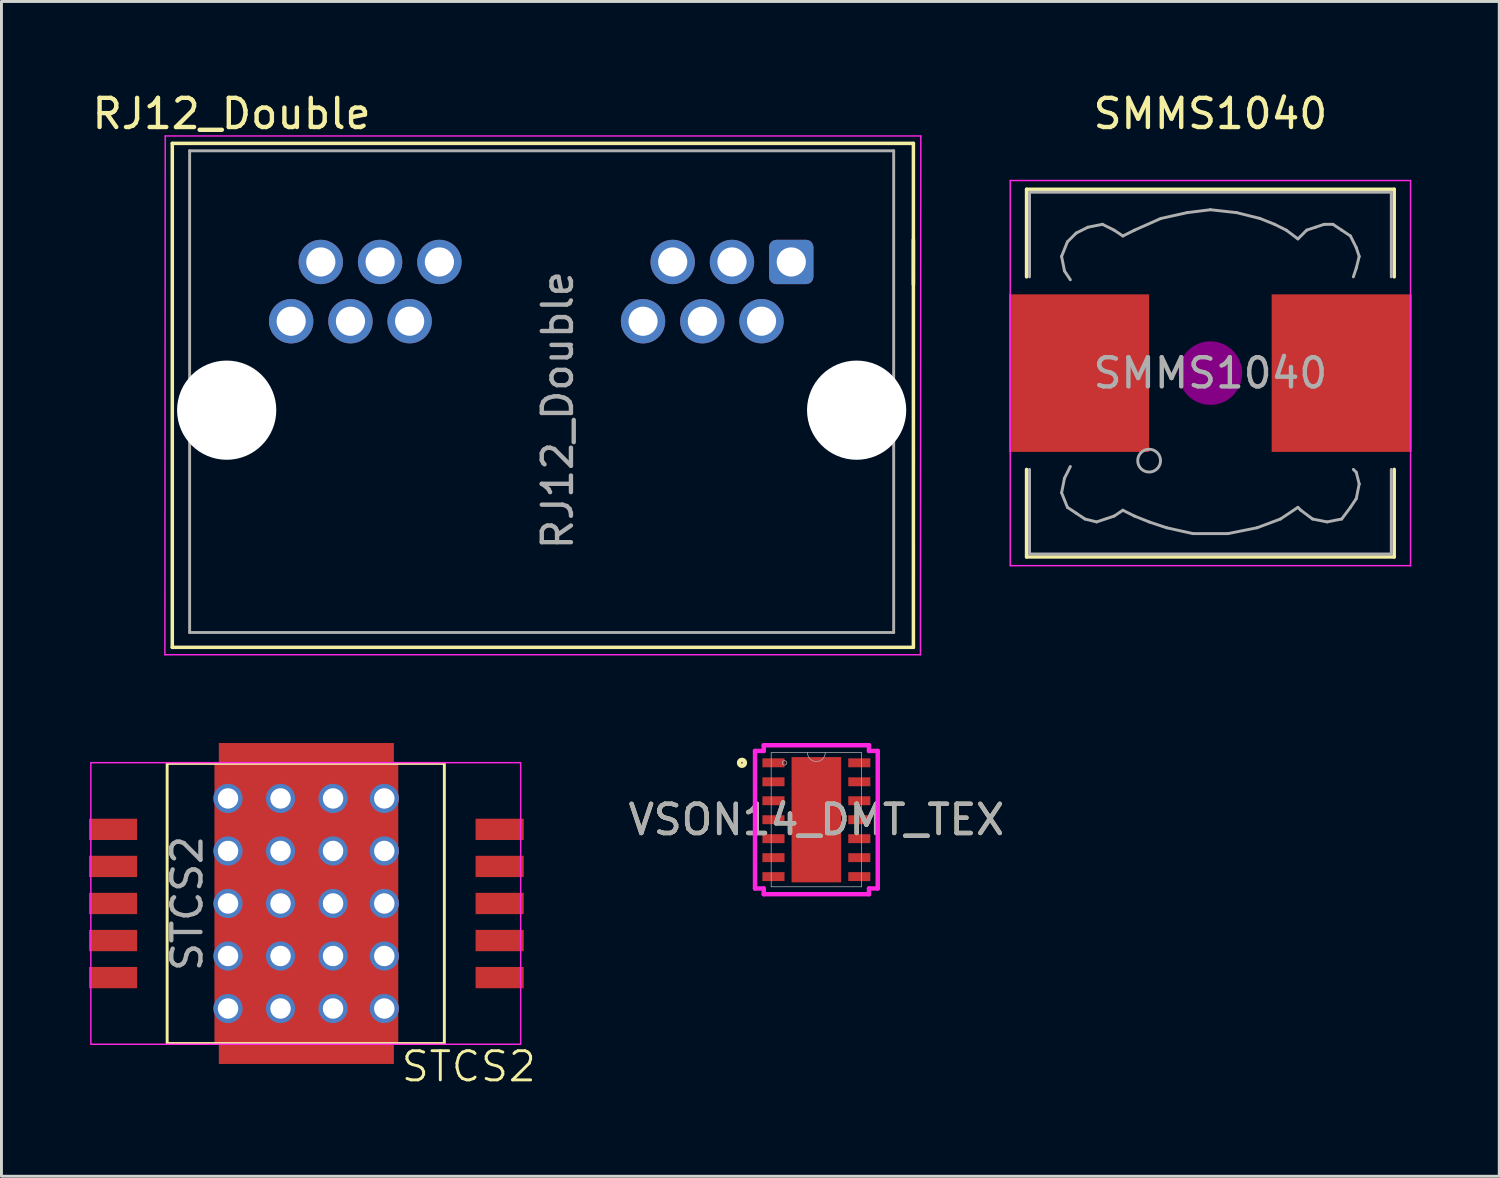
<source format=kicad_pcb>
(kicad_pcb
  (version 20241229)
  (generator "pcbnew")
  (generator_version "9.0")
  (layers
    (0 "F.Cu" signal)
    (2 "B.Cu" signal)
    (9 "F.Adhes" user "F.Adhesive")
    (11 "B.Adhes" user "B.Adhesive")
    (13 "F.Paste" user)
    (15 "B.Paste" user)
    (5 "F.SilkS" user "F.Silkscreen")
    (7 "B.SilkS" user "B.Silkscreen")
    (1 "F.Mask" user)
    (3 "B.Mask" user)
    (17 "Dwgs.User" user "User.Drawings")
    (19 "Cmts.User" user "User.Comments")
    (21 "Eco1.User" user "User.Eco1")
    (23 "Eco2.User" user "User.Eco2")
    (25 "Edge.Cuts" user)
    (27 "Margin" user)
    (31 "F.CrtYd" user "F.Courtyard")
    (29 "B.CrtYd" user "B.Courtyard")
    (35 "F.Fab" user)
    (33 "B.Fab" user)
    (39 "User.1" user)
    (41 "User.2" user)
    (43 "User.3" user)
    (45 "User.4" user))
  (footprint "SMMS1040"
    (layer "F.Cu")
    (at 38.434 9.738)
    (property "Reference" "SMMS1040" (at 0 -8.89 0) (layer "F.SilkS") (effects (font (size 1 1) (thickness 0.15))))
    (attr smd)
    (fp_line (start -6.3 -6.3) (end 6.3 -6.3) (stroke (width 0.12) (type solid)) (layer "F.SilkS"))
    (fp_line (start -6.3 -3.3) (end -6.3 -6.3) (stroke (width 0.12) (type solid)) (layer "F.SilkS"))
    (fp_line (start -6.3 6.3) (end -6.3 3.3) (stroke (width 0.12) (type solid)) (layer "F.SilkS"))
    (fp_line (start 6.3 -6.3) (end 6.3 -3.3) (stroke (width 0.12) (type solid)) (layer "F.SilkS"))
    (fp_line (start 6.3 3.3) (end 6.3 6.3) (stroke (width 0.12) (type solid)) (layer "F.SilkS"))
    (fp_line (start 6.3 6.3) (end -6.3 6.3) (stroke (width 0.12) (type solid)) (layer "F.SilkS"))
    (fp_circle (center 0 0) (end 0.15 0.15) (stroke (width 0.38) (type solid)) (fill no) (layer "F.Adhes"))
    (fp_circle (center 0 0) (end 0.55 0) (stroke (width 0.38) (type solid)) (fill no) (layer "F.Adhes"))
    (fp_circle (center 0 0) (end 0.9 0) (stroke (width 0.38) (type solid)) (fill no) (layer "F.Adhes"))
    (fp_line (start -6.86 -6.6) (end 6.86 -6.6) (stroke (width 0.05) (type solid)) (layer "F.CrtYd"))
    (fp_line (start -6.86 6.6) (end -6.86 -6.6) (stroke (width 0.05) (type solid)) (layer "F.CrtYd"))
    (fp_line (start 6.86 -6.6) (end 6.86 6.6) (stroke (width 0.05) (type solid)) (layer "F.CrtYd"))
    (fp_line (start 6.86 6.6) (end -6.86 6.6) (stroke (width 0.05) (type solid)) (layer "F.CrtYd"))
    (fp_line (start -6.2 -6.2) (end -6.2 -3.3) (stroke (width 0.1) (type solid)) (layer "F.Fab"))
    (fp_line (start -6.2 3.3) (end -6.2 6.2) (stroke (width 0.1) (type solid)) (layer "F.Fab"))
    (fp_line (start -6.2 6.2) (end 6.2 6.2) (stroke (width 0.1) (type solid)) (layer "F.Fab"))
    (fp_line (start -5.1 -4) (end -5 -3.5) (stroke (width 0.1) (type solid)) (layer "F.Fab"))
    (fp_line (start -5.1 4.1) (end -5 3.6) (stroke (width 0.1) (type solid)) (layer "F.Fab"))
    (fp_line (start -5 -3.5) (end -4.8 -3.2) (stroke (width 0.1) (type solid)) (layer "F.Fab"))
    (fp_line (start -5 3.6) (end -4.8 3.2) (stroke (width 0.1) (type solid)) (layer "F.Fab"))
    (fp_line (start -4.9 -4.5) (end -5.1 -4) (stroke (width 0.1) (type solid)) (layer "F.Fab"))
    (fp_line (start -4.9 4.6) (end -5.1 4.1) (stroke (width 0.1) (type solid)) (layer "F.Fab"))
    (fp_line (start -4.6 -4.8) (end -4.9 -4.5) (stroke (width 0.1) (type solid)) (layer "F.Fab"))
    (fp_line (start -4.6 4.8) (end -4.9 4.6) (stroke (width 0.1) (type solid)) (layer "F.Fab"))
    (fp_line (start -4.3 5) (end -4.6 4.8) (stroke (width 0.1) (type solid)) (layer "F.Fab"))
    (fp_line (start -4.2 -5) (end -4.6 -4.8) (stroke (width 0.1) (type solid)) (layer "F.Fab"))
    (fp_line (start -3.9 5.1) (end -4.3 5) (stroke (width 0.1) (type solid)) (layer "F.Fab"))
    (fp_line (start -3.7 -5.1) (end -4.2 -5) (stroke (width 0.1) (type solid)) (layer "F.Fab"))
    (fp_line (start -3.3 -4.9) (end -3.7 -5.1) (stroke (width 0.1) (type solid)) (layer "F.Fab"))
    (fp_line (start -3.3 4.9) (end -3.9 5.1) (stroke (width 0.1) (type solid)) (layer "F.Fab"))
    (fp_line (start -3 -4.7) (end -3.3 -4.9) (stroke (width 0.1) (type solid)) (layer "F.Fab"))
    (fp_line (start -3 4.7) (end -3.3 4.9) (stroke (width 0.1) (type solid)) (layer "F.Fab"))
    (fp_line (start -2.6 -4.9) (end -3 -4.7) (stroke (width 0.1) (type solid)) (layer "F.Fab"))
    (fp_line (start -2.6 4.9) (end -3 4.7) (stroke (width 0.1) (type solid)) (layer "F.Fab"))
    (fp_line (start -2.1 5.1) (end -2.6 4.9) (stroke (width 0.1) (type solid)) (layer "F.Fab"))
    (fp_line (start -1.7 -5.3) (end -2.6 -4.9) (stroke (width 0.1) (type solid)) (layer "F.Fab"))
    (fp_line (start -1.5 5.3) (end -2.1 5.1) (stroke (width 0.1) (type solid)) (layer "F.Fab"))
    (fp_line (start -0.8 -5.5) (end -1.7 -5.3) (stroke (width 0.1) (type solid)) (layer "F.Fab"))
    (fp_line (start -0.6 5.5) (end -1.5 5.3) (stroke (width 0.1) (type solid)) (layer "F.Fab"))
    (fp_line (start 0 -5.6) (end -0.8 -5.5) (stroke (width 0.1) (type solid)) (layer "F.Fab"))
    (fp_line (start 0.6 5.5) (end -0.6 5.5) (stroke (width 0.1) (type solid)) (layer "F.Fab"))
    (fp_line (start 0.9 -5.5) (end 0 -5.6) (stroke (width 0.1) (type solid)) (layer "F.Fab"))
    (fp_line (start 1.6 5.3) (end 0.6 5.5) (stroke (width 0.1) (type solid)) (layer "F.Fab"))
    (fp_line (start 1.7 -5.3) (end 0.9 -5.5) (stroke (width 0.1) (type solid)) (layer "F.Fab"))
    (fp_line (start 2.2 -5.1) (end 1.7 -5.3) (stroke (width 0.1) (type solid)) (layer "F.Fab"))
    (fp_line (start 2.4 5) (end 1.6 5.3) (stroke (width 0.1) (type solid)) (layer "F.Fab"))
    (fp_line (start 2.6 -4.9) (end 2.2 -5.1) (stroke (width 0.1) (type solid)) (layer "F.Fab"))
    (fp_line (start 3 -4.6) (end 2.6 -4.9) (stroke (width 0.1) (type solid)) (layer "F.Fab"))
    (fp_line (start 3 4.6) (end 2.4 5) (stroke (width 0.1) (type solid)) (layer "F.Fab"))
    (fp_line (start 3.1 4.7) (end 3 4.6) (stroke (width 0.1) (type solid)) (layer "F.Fab"))
    (fp_line (start 3.3 -4.9) (end 3 -4.6) (stroke (width 0.1) (type solid)) (layer "F.Fab"))
    (fp_line (start 3.5 5) (end 3.1 4.7) (stroke (width 0.1) (type solid)) (layer "F.Fab"))
    (fp_line (start 3.6 -5) (end 3.3 -4.9) (stroke (width 0.1) (type solid)) (layer "F.Fab"))
    (fp_line (start 3.9 -5.1) (end 3.6 -5) (stroke (width 0.1) (type solid)) (layer "F.Fab"))
    (fp_line (start 4 5.1) (end 3.5 5) (stroke (width 0.1) (type solid)) (layer "F.Fab"))
    (fp_line (start 4.2 -5.1) (end 3.9 -5.1) (stroke (width 0.1) (type solid)) (layer "F.Fab"))
    (fp_line (start 4.5 -4.9) (end 4.2 -5.1) (stroke (width 0.1) (type solid)) (layer "F.Fab"))
    (fp_line (start 4.5 5) (end 4 5.1) (stroke (width 0.1) (type solid)) (layer "F.Fab"))
    (fp_line (start 4.8 -4.7) (end 4.5 -4.9) (stroke (width 0.1) (type solid)) (layer "F.Fab"))
    (fp_line (start 4.8 4.6) (end 4.5 5) (stroke (width 0.1) (type solid)) (layer "F.Fab"))
    (fp_line (start 4.9 -3.3) (end 5 -3.6) (stroke (width 0.1) (type solid)) (layer "F.Fab"))
    (fp_line (start 4.9 3.3) (end 5 3.4) (stroke (width 0.1) (type solid)) (layer "F.Fab"))
    (fp_line (start 5 -4.3) (end 4.8 -4.7) (stroke (width 0.1) (type solid)) (layer "F.Fab"))
    (fp_line (start 5 -3.6) (end 5.1 -4) (stroke (width 0.1) (type solid)) (layer "F.Fab"))
    (fp_line (start 5 3.4) (end 5.1 3.8) (stroke (width 0.1) (type solid)) (layer "F.Fab"))
    (fp_line (start 5 4.3) (end 4.8 4.6) (stroke (width 0.1) (type solid)) (layer "F.Fab"))
    (fp_line (start 5.1 -4) (end 5 -4.3) (stroke (width 0.1) (type solid)) (layer "F.Fab"))
    (fp_line (start 5.1 3.8) (end 5 4.3) (stroke (width 0.1) (type solid)) (layer "F.Fab"))
    (fp_line (start 6.2 -6.2) (end -6.2 -6.2) (stroke (width 0.1) (type solid)) (layer "F.Fab"))
    (fp_line (start 6.2 -6.2) (end 6.2 -3.3) (stroke (width 0.1) (type solid)) (layer "F.Fab"))
    (fp_line (start 6.2 6.2) (end 6.2 3.3) (stroke (width 0.1) (type solid)) (layer "F.Fab"))
    (fp_circle (center -2.1 3) (end -1.8 3.25) (stroke (width 0.1) (type solid)) (fill no) (layer "F.Fab"))
    (fp_text user "${REFERENCE}" (at 0 0 0) (layer "F.Fab") (effects (font (size 1 1) (thickness 0.15))))
    (pad "1" smd rect (at -4.5 0) (size 4.8 5.4) (layers "F.Cu" "F.Mask" "F.Paste"))
    (pad "2" smd rect (at 4.5 0) (size 4.8 5.4) (layers "F.Cu" "F.Mask" "F.Paste")))
  (footprint "RJ12_Double"
    (layer "F.Cu")
    (at 24.069 5.928)
    (property "Reference" "RJ12_Double" (at -19.182 -5.08 0) (layer "F.SilkS") (effects (font (size 1 1) (thickness 0.15))))
    (attr through_hole)
    (fp_line (start -21.214 -4.064) (end 4.186 -4.064) (stroke (width 0.12) (type solid)) (layer "F.SilkS"))
    (fp_line (start -21.214 13.208) (end -21.214 -4.064) (stroke (width 0.12) (type solid)) (layer "F.SilkS"))
    (fp_line (start -21.214 13.208) (end 4.186 13.208) (stroke (width 0.12) (type solid)) (layer "F.SilkS"))
    (fp_line (start 4.186 0.77) (end 4.186 -0.76) (stroke (width 0.12) (type solid)) (layer "F.SilkS"))
    (fp_line (start 4.186 13.208) (end 4.186 -4.064) (stroke (width 0.12) (type solid)) (layer "F.SilkS"))
    (fp_line (start -21.468 13.462) (end -21.456 -4.318) (stroke (width 0.05) (type solid)) (layer "F.CrtYd"))
    (fp_line (start -21.468 13.462) (end 4.428 13.462) (stroke (width 0.05) (type solid)) (layer "F.CrtYd"))
    (fp_line (start -21.456 -4.318) (end 4.44 -4.318) (stroke (width 0.05) (type solid)) (layer "F.CrtYd"))
    (fp_line (start 4.428 13.462) (end 4.44 -4.318) (stroke (width 0.05) (type solid)) (layer "F.CrtYd"))
    (fp_line (start -20.62 -3.81) (end -20.62 12.7) (stroke (width 0.1) (type solid)) (layer "F.Fab"))
    (fp_line (start 3.51 -3.81) (end -20.62 -3.81) (stroke (width 0.1) (type solid)) (layer "F.Fab"))
    (fp_line (start 3.51 -3.81) (end 3.51 12.7) (stroke (width 0.1) (type solid)) (layer "F.Fab"))
    (fp_line (start 3.51 12.7) (end -20.62 12.7) (stroke (width 0.1) (type solid)) (layer "F.Fab"))
    (fp_text user "${REFERENCE}" (at -8.006 5.08 90) (layer "F.Fab") (effects (font (size 1 1) (thickness 0.15))))
    (pad "" np_thru_hole circle (at -19.35 5.08) (size 3.4 3.4) (drill 3.4) (layers "*.Cu" "*.Mask"))
    (pad "" np_thru_hole circle (at 2.24 5.08) (size 3.4 3.4) (drill 3.4) (layers "*.Cu" "*.Mask"))
    (pad "1" thru_hole roundrect (at 0 0) (size 1.52 1.52) (drill 1) (layers "*.Cu" "*.Mask") (roundrect_rratio 0.164))
    (pad "2" thru_hole circle (at -1.02 2.03) (size 1.52 1.52) (drill 1) (layers "*.Cu" "*.Mask"))
    (pad "3" thru_hole circle (at -2.032 0) (size 1.52 1.52) (drill 1) (layers "*.Cu" "*.Mask"))
    (pad "4" thru_hole circle (at -3.048 2.032) (size 1.52 1.52) (drill 1) (layers "*.Cu" "*.Mask"))
    (pad "5" thru_hole circle (at -4.064 0) (size 1.52 1.52) (drill 1) (layers "*.Cu" "*.Mask"))
    (pad "6" thru_hole circle (at -5.08 2.032) (size 1.52 1.52) (drill 1) (layers "*.Cu" "*.Mask"))
    (pad "7" thru_hole circle (at -12.06 0) (size 1.52 1.52) (drill 1) (layers "*.Cu" "*.Mask"))
    (pad "8" thru_hole circle (at -13.08 2.03) (size 1.52 1.52) (drill 1) (layers "*.Cu" "*.Mask"))
    (pad "9" thru_hole circle (at -14.092 0) (size 1.52 1.52) (drill 1) (layers "*.Cu" "*.Mask"))
    (pad "10" thru_hole circle (at -15.108 2.032) (size 1.52 1.52) (drill 1) (layers "*.Cu" "*.Mask"))
    (pad "11" thru_hole circle (at -16.124 0) (size 1.52 1.52) (drill 1) (layers "*.Cu" "*.Mask"))
    (pad "12" thru_hole circle (at -17.14 2.032) (size 1.52 1.52) (drill 1) (layers "*.Cu" "*.Mask")))
  (footprint "VSON14_DMT_TEX"
    (layer "F.Cu")
    (at 24.93 25.044)
    (property "Reference" "VSON14_DMT_TEX" (at 0 0 0) (unlocked yes) (layer "F.SilkS") (effects (font (size 1 1) (thickness 0.15))))
    (attr smd)
    (fp_circle (center -2.55 -1.95) (end -2.449 -1.95) (stroke (width 0.152) (type solid)) (fill no) (layer "F.SilkS"))
    (fp_poly (pts (xy -0.751 -2.046) (xy -0.751 -0.815) (xy 0.751 -0.815) (xy 0.751 -2.046)) (stroke (width 0) (type solid)) (fill yes) (layer "F.Paste"))
    (fp_poly (pts (xy -0.751 -0.615) (xy -0.751 0.615) (xy 0.751 0.615) (xy 0.751 -0.615)) (stroke (width 0) (type solid)) (fill yes) (layer "F.Paste"))
    (fp_poly (pts (xy -0.751 0.815) (xy -0.751 2.046) (xy 0.751 2.046) (xy 0.751 0.815)) (stroke (width 0) (type solid)) (fill yes) (layer "F.Paste"))
    (fp_line (start -2.103 -2.357) (end -1.803 -2.357) (stroke (width 0.152) (type solid)) (layer "F.CrtYd"))
    (fp_line (start -2.103 2.357) (end -2.103 -2.357) (stroke (width 0.152) (type solid)) (layer "F.CrtYd"))
    (fp_line (start -2.103 2.357) (end -1.803 2.357) (stroke (width 0.152) (type solid)) (layer "F.CrtYd"))
    (fp_line (start -1.803 -2.553) (end 1.803 -2.553) (stroke (width 0.152) (type solid)) (layer "F.CrtYd"))
    (fp_line (start -1.803 -2.357) (end -1.803 -2.553) (stroke (width 0.152) (type solid)) (layer "F.CrtYd"))
    (fp_line (start -1.803 2.553) (end -1.803 2.357) (stroke (width 0.152) (type solid)) (layer "F.CrtYd"))
    (fp_line (start 1.803 -2.553) (end 1.803 -2.357) (stroke (width 0.152) (type solid)) (layer "F.CrtYd"))
    (fp_line (start 1.803 2.357) (end 1.803 2.553) (stroke (width 0.152) (type solid)) (layer "F.CrtYd"))
    (fp_line (start 1.803 2.553) (end -1.803 2.553) (stroke (width 0.152) (type solid)) (layer "F.CrtYd"))
    (fp_line (start 2.103 -2.357) (end 1.803 -2.357) (stroke (width 0.152) (type solid)) (layer "F.CrtYd"))
    (fp_line (start 2.103 -2.357) (end 2.103 2.357) (stroke (width 0.152) (type solid)) (layer "F.CrtYd"))
    (fp_line (start 2.103 2.357) (end 1.803 2.357) (stroke (width 0.152) (type solid)) (layer "F.CrtYd"))
    (fp_line (start -1.549 -2.299) (end -1.549 2.299) (stroke (width 0.025) (type solid)) (layer "F.Fab"))
    (fp_line (start -1.549 2.299) (end 1.549 2.299) (stroke (width 0.025) (type solid)) (layer "F.Fab"))
    (fp_line (start 1.549 -2.299) (end -1.549 -2.299) (stroke (width 0.025) (type solid)) (layer "F.Fab"))
    (fp_line (start 1.549 2.299) (end 1.549 -2.299) (stroke (width 0.025) (type solid)) (layer "F.Fab"))
    (fp_arc (start 0.3048 -2.2987) (mid 0 -1.9939) (end -0.3048 -2.2987) (stroke (width 0.0254) (type solid)) (layer "F.Fab"))
    (fp_circle (center -1.092 -1.95) (end -1.016 -1.95) (stroke (width 0.025) (type solid)) (fill no) (layer "F.Fab"))
    (fp_text user "${REFERENCE}" (at 0 0 0) (unlocked yes) (layer "F.Fab") (effects (font (size 1 1) (thickness 0.15))))
    (pad "1" smd rect (at -1.471 -1.95) (size 0.757 0.306) (layers "F.Cu" "F.Mask" "F.Paste"))
    (pad "2" smd rect (at -1.471 -1.3) (size 0.757 0.306) (layers "F.Cu" "F.Mask" "F.Paste"))
    (pad "3" smd rect (at -1.471 -0.65) (size 0.757 0.306) (layers "F.Cu" "F.Mask" "F.Paste"))
    (pad "4" smd rect (at -1.471 0) (size 0.757 0.306) (layers "F.Cu" "F.Mask" "F.Paste"))
    (pad "5" smd rect (at -1.471 0.65) (size 0.757 0.306) (layers "F.Cu" "F.Mask" "F.Paste"))
    (pad "6" smd rect (at -1.471 1.3) (size 0.757 0.306) (layers "F.Cu" "F.Mask" "F.Paste"))
    (pad "7" smd rect (at -1.471 1.95) (size 0.757 0.306) (layers "F.Cu" "F.Mask" "F.Paste"))
    (pad "8" smd rect (at 1.471 1.95) (size 0.757 0.306) (layers "F.Cu" "F.Mask" "F.Paste"))
    (pad "9" smd rect (at 1.471 1.3) (size 0.757 0.306) (layers "F.Cu" "F.Mask" "F.Paste"))
    (pad "10" smd rect (at 1.471 0.65) (size 0.757 0.306) (layers "F.Cu" "F.Mask" "F.Paste"))
    (pad "11" smd rect (at 1.471 0) (size 0.757 0.306) (layers "F.Cu" "F.Mask" "F.Paste"))
    (pad "12" smd rect (at 1.471 -0.65) (size 0.757 0.306) (layers "F.Cu" "F.Mask" "F.Paste"))
    (pad "13" smd rect (at 1.471 -1.3) (size 0.757 0.306) (layers "F.Cu" "F.Mask" "F.Paste"))
    (pad "14" smd rect (at 1.471 -1.95) (size 0.757 0.306) (layers "F.Cu" "F.Mask" "F.Paste"))
    (pad "15" smd rect (at 0 0) (size 1.702 4.293) (layers "F.Cu" "F.Mask" "F.Paste")))
  (footprint "STCS2"
    (layer "F.Cu")
    (at 0.825 25.375)
    (property "Reference" "STCS2" (at 12.192 8.128 0) (unlocked yes) (layer "F.SilkS") (effects (font (size 1 1) (thickness 0.1))))
    (attr smd)
    (fp_rect (start 1.854 -2.26) (end 11.354 7.34) (stroke (width 0.1) (type default)) (fill no) (layer "F.SilkS"))
    (fp_rect (start -0.762 -2.286) (end 13.97 7.366) (stroke (width 0.05) (type default)) (fill no) (layer "F.CrtYd"))
    (fp_text user "${REFERENCE}" (at 2.54 2.54 90) (unlocked yes) (layer "F.Fab") (effects (font (size 1 1) (thickness 0.15))))
    (pad "1" smd rect (at 0 0) (size 1.65 0.73) (layers "F.Cu" "F.Mask" "F.Paste"))
    (pad "2" smd rect (at 0 1.27) (size 1.65 0.73) (layers "F.Cu" "F.Mask" "F.Paste"))
    (pad "3" smd rect (at 0 2.54) (size 1.65 0.73) (layers "F.Cu" "F.Mask" "F.Paste"))
    (pad "4" smd rect (at 0 3.81) (size 1.65 0.73) (layers "F.Cu" "F.Mask" "F.Paste"))
    (pad "5" smd rect (at 0 5.08) (size 1.65 0.73) (layers "F.Cu" "F.Mask" "F.Paste"))
    (pad "6" smd rect (at 13.25 5.08) (size 1.65 0.73) (layers "F.Cu" "F.Mask" "F.Paste"))
    (pad "7" smd rect (at 13.25 3.81) (size 1.65 0.73) (layers "F.Cu" "F.Mask" "F.Paste"))
    (pad "8" thru_hole circle (at 3.94 -1.06) (size 1 1) (drill 0.7) (property pad_prop_heatsink) (layers "*.Cu" "*.Mask"))
    (pad "8" thru_hole circle (at 3.94 0.74) (size 1 1) (drill 0.7) (property pad_prop_heatsink) (layers "*.Cu" "*.Mask"))
    (pad "8" thru_hole circle (at 3.94 2.54) (size 1 1) (drill 0.7) (property pad_prop_heatsink) (layers "*.Cu" "*.Mask"))
    (pad "8" thru_hole circle (at 3.94 4.34) (size 1 1) (drill 0.7) (property pad_prop_heatsink) (layers "*.Cu" "*.Mask"))
    (pad "8" thru_hole circle (at 3.94 6.14) (size 1 1) (drill 0.7) (property pad_prop_heatsink) (layers "*.Cu" "*.Mask"))
    (pad "8" thru_hole circle (at 5.74 -1.06) (size 1 1) (drill 0.7) (property pad_prop_heatsink) (layers "*.Cu" "*.Mask"))
    (pad "8" thru_hole circle (at 5.74 0.74) (size 1 1) (drill 0.7) (property pad_prop_heatsink) (layers "*.Cu" "*.Mask"))
    (pad "8" thru_hole circle (at 5.74 2.54) (size 1 1) (drill 0.7) (property pad_prop_heatsink) (layers "*.Cu" "*.Mask"))
    (pad "8" thru_hole circle (at 5.74 4.34) (size 1 1) (drill 0.7) (property pad_prop_heatsink) (layers "*.Cu" "*.Mask"))
    (pad "8" thru_hole circle (at 5.74 6.14) (size 1 1) (drill 0.7) (property pad_prop_heatsink) (layers "*.Cu" "*.Mask"))
    (pad "8" smd rect (at 6.625 2.54) (size 6 11) (layers "F.Cu" "F.Mask" "F.Paste"))
    (pad "8" smd rect (at 6.625 2.54) (size 6.3 9.7) (layers "F.Cu" "F.Mask" "F.Paste"))
    (pad "8" thru_hole circle (at 7.54 -1.06) (size 1 1) (drill 0.7) (property pad_prop_heatsink) (layers "*.Cu" "*.Mask"))
    (pad "8" thru_hole circle (at 7.54 0.74) (size 1 1) (drill 0.7) (property pad_prop_heatsink) (layers "*.Cu" "*.Mask"))
    (pad "8" thru_hole circle (at 7.54 2.54) (size 1 1) (drill 0.7) (property pad_prop_heatsink) (layers "*.Cu" "*.Mask"))
    (pad "8" thru_hole circle (at 7.54 4.34) (size 1 1) (drill 0.7) (property pad_prop_heatsink) (layers "*.Cu" "*.Mask"))
    (pad "8" thru_hole circle (at 7.54 6.14) (size 1 1) (drill 0.7) (property pad_prop_heatsink) (layers "*.Cu" "*.Mask"))
    (pad "8" thru_hole circle (at 9.296 -1.06) (size 1 1) (drill 0.7) (property pad_prop_heatsink) (layers "*.Cu" "*.Mask"))
    (pad "8" thru_hole circle (at 9.296 0.74) (size 1 1) (drill 0.7) (property pad_prop_heatsink) (layers "*.Cu" "*.Mask"))
    (pad "8" thru_hole circle (at 9.296 2.54) (size 1 1) (drill 0.7) (property pad_prop_heatsink) (layers "*.Cu" "*.Mask"))
    (pad "8" thru_hole circle (at 9.296 4.34) (size 1 1) (drill 0.7) (property pad_prop_heatsink) (layers "*.Cu" "*.Mask"))
    (pad "8" thru_hole circle (at 9.296 6.14) (size 1 1) (drill 0.7) (property pad_prop_heatsink) (layers "*.Cu" "*.Mask"))
    (pad "8" smd rect (at 13.25 2.54) (size 1.65 0.73) (layers "F.Cu" "F.Mask" "F.Paste"))
    (pad "9" smd rect (at 13.25 1.27) (size 1.65 0.73) (layers "F.Cu" "F.Mask" "F.Paste"))
    (pad "10" smd rect (at 13.25 0) (size 1.65 0.73) (layers "F.Cu" "F.Mask" "F.Paste")))
  (gr_rect
    (start -3 -3)
    (end 48.334 37.264)
    (stroke (width 0.1) (type default))
    (fill no)
    (layer "Edge.Cuts")))
</source>
